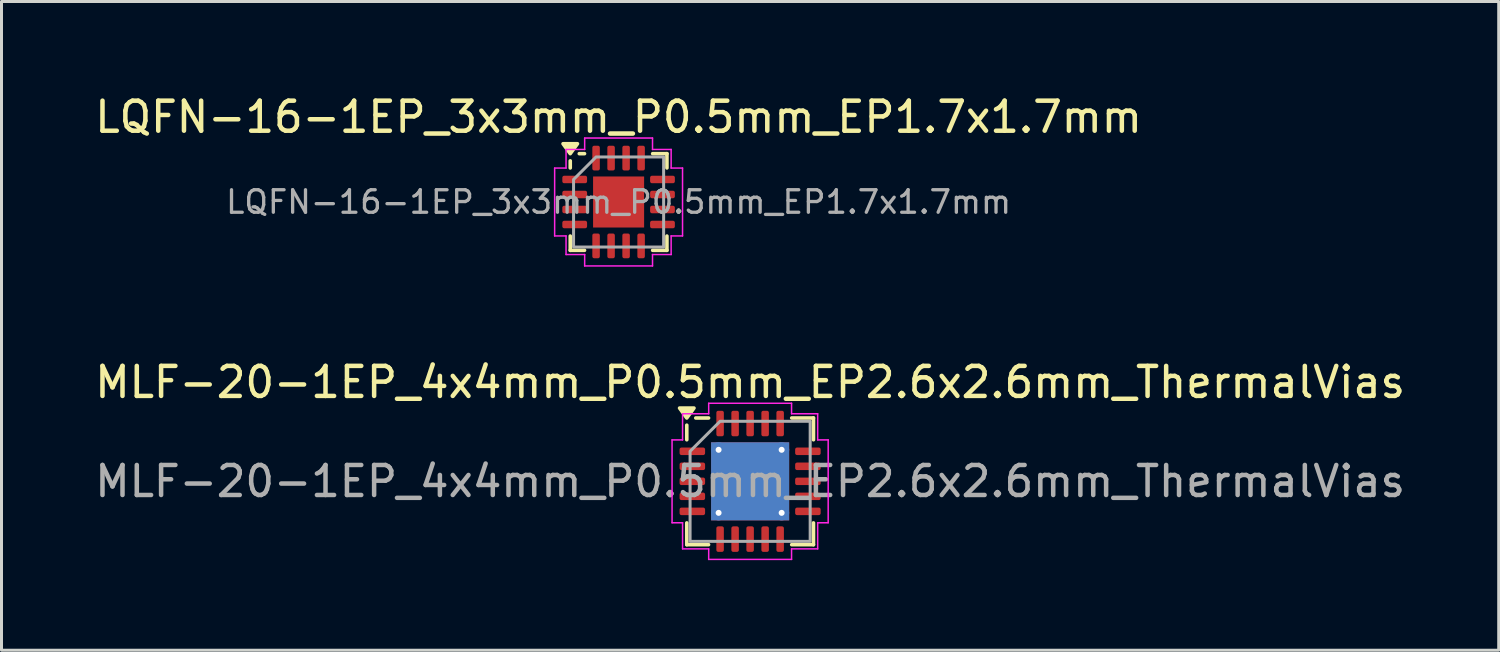
<source format=kicad_pcb>
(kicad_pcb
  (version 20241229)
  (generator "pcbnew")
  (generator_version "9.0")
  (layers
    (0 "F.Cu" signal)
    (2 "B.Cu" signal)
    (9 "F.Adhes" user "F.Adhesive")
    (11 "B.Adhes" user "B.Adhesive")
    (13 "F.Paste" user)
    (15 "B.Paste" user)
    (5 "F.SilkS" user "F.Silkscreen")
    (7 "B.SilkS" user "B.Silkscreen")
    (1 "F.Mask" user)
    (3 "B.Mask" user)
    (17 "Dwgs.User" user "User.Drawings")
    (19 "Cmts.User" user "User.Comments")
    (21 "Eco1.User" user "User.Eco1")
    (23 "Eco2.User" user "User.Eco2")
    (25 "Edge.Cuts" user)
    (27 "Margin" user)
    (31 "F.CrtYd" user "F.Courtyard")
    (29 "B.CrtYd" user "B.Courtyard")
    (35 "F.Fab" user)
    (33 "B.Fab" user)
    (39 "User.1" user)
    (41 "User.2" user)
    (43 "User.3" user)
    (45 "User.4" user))
  (footprint "LQFN-16-1EP_3x3mm_P0.5mm_EP1.7x1.7mm"
    (layer "F.Cu")
    (at 17.554 3.678)
    (property "Reference" "LQFN-16-1EP_3x3mm_P0.5mm_EP1.7x1.7mm" (at 0 -2.83 0) (layer "F.SilkS") (effects (font (size 1 1) (thickness 0.15))))
    (attr smd)
    (fp_line (start -1.61 -1.135) (end -1.61 -1.37) (stroke (width 0.12) (type solid)) (layer "F.SilkS"))
    (fp_line (start -1.61 1.61) (end -1.61 1.135) (stroke (width 0.12) (type solid)) (layer "F.SilkS"))
    (fp_line (start -1.135 -1.61) (end -1.31 -1.61) (stroke (width 0.12) (type solid)) (layer "F.SilkS"))
    (fp_line (start -1.135 1.61) (end -1.61 1.61) (stroke (width 0.12) (type solid)) (layer "F.SilkS"))
    (fp_line (start 1.135 -1.61) (end 1.61 -1.61) (stroke (width 0.12) (type solid)) (layer "F.SilkS"))
    (fp_line (start 1.135 1.61) (end 1.61 1.61) (stroke (width 0.12) (type solid)) (layer "F.SilkS"))
    (fp_line (start 1.61 -1.61) (end 1.61 -1.135) (stroke (width 0.12) (type solid)) (layer "F.SilkS"))
    (fp_line (start 1.61 1.61) (end 1.61 1.135) (stroke (width 0.12) (type solid)) (layer "F.SilkS"))
    (fp_poly (pts (xy -1.61 -1.61) (xy -1.85 -1.94) (xy -1.37 -1.94)) (stroke (width 0.12) (type solid)) (fill yes) (layer "F.SilkS"))
    (fp_line (start -2.13 -1.13) (end -1.75 -1.13) (stroke (width 0.05) (type solid)) (layer "F.CrtYd"))
    (fp_line (start -2.13 1.13) (end -2.13 -1.13) (stroke (width 0.05) (type solid)) (layer "F.CrtYd"))
    (fp_line (start -1.75 -1.75) (end -1.13 -1.75) (stroke (width 0.05) (type solid)) (layer "F.CrtYd"))
    (fp_line (start -1.75 -1.13) (end -1.75 -1.75) (stroke (width 0.05) (type solid)) (layer "F.CrtYd"))
    (fp_line (start -1.75 1.13) (end -2.13 1.13) (stroke (width 0.05) (type solid)) (layer "F.CrtYd"))
    (fp_line (start -1.75 1.75) (end -1.75 1.13) (stroke (width 0.05) (type solid)) (layer "F.CrtYd"))
    (fp_line (start -1.13 -2.13) (end 1.13 -2.13) (stroke (width 0.05) (type solid)) (layer "F.CrtYd"))
    (fp_line (start -1.13 -1.75) (end -1.13 -2.13) (stroke (width 0.05) (type solid)) (layer "F.CrtYd"))
    (fp_line (start -1.13 1.75) (end -1.75 1.75) (stroke (width 0.05) (type solid)) (layer "F.CrtYd"))
    (fp_line (start -1.13 2.13) (end -1.13 1.75) (stroke (width 0.05) (type solid)) (layer "F.CrtYd"))
    (fp_line (start 1.13 -2.13) (end 1.13 -1.75) (stroke (width 0.05) (type solid)) (layer "F.CrtYd"))
    (fp_line (start 1.13 -1.75) (end 1.75 -1.75) (stroke (width 0.05) (type solid)) (layer "F.CrtYd"))
    (fp_line (start 1.13 1.75) (end 1.13 2.13) (stroke (width 0.05) (type solid)) (layer "F.CrtYd"))
    (fp_line (start 1.13 2.13) (end -1.13 2.13) (stroke (width 0.05) (type solid)) (layer "F.CrtYd"))
    (fp_line (start 1.75 -1.75) (end 1.75 -1.13) (stroke (width 0.05) (type solid)) (layer "F.CrtYd"))
    (fp_line (start 1.75 -1.13) (end 2.13 -1.13) (stroke (width 0.05) (type solid)) (layer "F.CrtYd"))
    (fp_line (start 1.75 1.13) (end 1.75 1.75) (stroke (width 0.05) (type solid)) (layer "F.CrtYd"))
    (fp_line (start 1.75 1.75) (end 1.13 1.75) (stroke (width 0.05) (type solid)) (layer "F.CrtYd"))
    (fp_line (start 2.13 -1.13) (end 2.13 1.13) (stroke (width 0.05) (type solid)) (layer "F.CrtYd"))
    (fp_line (start 2.13 1.13) (end 1.75 1.13) (stroke (width 0.05) (type solid)) (layer "F.CrtYd"))
    (fp_poly (pts (xy -1.5 -0.75) (xy -1.5 1.5) (xy 1.5 1.5) (xy 1.5 -1.5) (xy -0.75 -1.5)) (stroke (width 0.1) (type solid)) (fill no) (layer "F.Fab"))
    (fp_text user "${REFERENCE}" (at 0 0 0) (layer "F.Fab") (effects (font (size 0.75 0.75) (thickness 0.11))))
    (pad "" smd roundrect (at 0 0) (size 1.37 1.37) (layers "F.Paste") (roundrect_rratio 0.182))
    (pad "1" smd roundrect (at -1.462 -0.75) (size 0.825 0.25) (layers "F.Cu" "F.Mask" "F.Paste") (roundrect_rratio 0.25))
    (pad "2" smd roundrect (at -1.462 -0.25) (size 0.825 0.25) (layers "F.Cu" "F.Mask" "F.Paste") (roundrect_rratio 0.25))
    (pad "3" smd roundrect (at -1.462 0.25) (size 0.825 0.25) (layers "F.Cu" "F.Mask" "F.Paste") (roundrect_rratio 0.25))
    (pad "4" smd roundrect (at -1.462 0.75) (size 0.825 0.25) (layers "F.Cu" "F.Mask" "F.Paste") (roundrect_rratio 0.25))
    (pad "5" smd roundrect (at -0.75 1.462) (size 0.25 0.825) (layers "F.Cu" "F.Mask" "F.Paste") (roundrect_rratio 0.25))
    (pad "6" smd roundrect (at -0.25 1.462) (size 0.25 0.825) (layers "F.Cu" "F.Mask" "F.Paste") (roundrect_rratio 0.25))
    (pad "7" smd roundrect (at 0.25 1.462) (size 0.25 0.825) (layers "F.Cu" "F.Mask" "F.Paste") (roundrect_rratio 0.25))
    (pad "8" smd roundrect (at 0.75 1.462) (size 0.25 0.825) (layers "F.Cu" "F.Mask" "F.Paste") (roundrect_rratio 0.25))
    (pad "9" smd roundrect (at 1.462 0.75) (size 0.825 0.25) (layers "F.Cu" "F.Mask" "F.Paste") (roundrect_rratio 0.25))
    (pad "10" smd roundrect (at 1.462 0.25) (size 0.825 0.25) (layers "F.Cu" "F.Mask" "F.Paste") (roundrect_rratio 0.25))
    (pad "11" smd roundrect (at 1.462 -0.25) (size 0.825 0.25) (layers "F.Cu" "F.Mask" "F.Paste") (roundrect_rratio 0.25))
    (pad "12" smd roundrect (at 1.462 -0.75) (size 0.825 0.25) (layers "F.Cu" "F.Mask" "F.Paste") (roundrect_rratio 0.25))
    (pad "13" smd roundrect (at 0.75 -1.462) (size 0.25 0.825) (layers "F.Cu" "F.Mask" "F.Paste") (roundrect_rratio 0.25))
    (pad "14" smd roundrect (at 0.25 -1.462) (size 0.25 0.825) (layers "F.Cu" "F.Mask" "F.Paste") (roundrect_rratio 0.25))
    (pad "15" smd roundrect (at -0.25 -1.462) (size 0.25 0.825) (layers "F.Cu" "F.Mask" "F.Paste") (roundrect_rratio 0.25))
    (pad "16" smd roundrect (at -0.75 -1.462) (size 0.25 0.825) (layers "F.Cu" "F.Mask" "F.Paste") (roundrect_rratio 0.25))
    (pad "17" smd rect (at 0 0) (size 1.7 1.7) (property pad_prop_heatsink) (layers "F.Cu" "F.Mask")))
  (footprint "MLF-20-1EP_4x4mm_P0.5mm_EP2.6x2.6mm_ThermalVias"
    (layer "F.Cu")
    (at 21.935 12.982)
    (property "Reference" "MLF-20-1EP_4x4mm_P0.5mm_EP2.6x2.6mm_ThermalVias" (at 0 -3.3 0) (layer "F.SilkS") (effects (font (size 1 1) (thickness 0.15))))
    (attr smd)
    (fp_line (start -2.11 -1.385) (end -2.11 -1.87) (stroke (width 0.12) (type solid)) (layer "F.SilkS"))
    (fp_line (start -2.11 2.11) (end -2.11 1.385) (stroke (width 0.12) (type solid)) (layer "F.SilkS"))
    (fp_line (start -1.385 -2.11) (end -1.81 -2.11) (stroke (width 0.12) (type solid)) (layer "F.SilkS"))
    (fp_line (start -1.385 2.11) (end -2.11 2.11) (stroke (width 0.12) (type solid)) (layer "F.SilkS"))
    (fp_line (start 1.385 -2.11) (end 2.11 -2.11) (stroke (width 0.12) (type solid)) (layer "F.SilkS"))
    (fp_line (start 1.385 2.11) (end 2.11 2.11) (stroke (width 0.12) (type solid)) (layer "F.SilkS"))
    (fp_line (start 2.11 -2.11) (end 2.11 -1.385) (stroke (width 0.12) (type solid)) (layer "F.SilkS"))
    (fp_line (start 2.11 2.11) (end 2.11 1.385) (stroke (width 0.12) (type solid)) (layer "F.SilkS"))
    (fp_poly (pts (xy -2.11 -2.11) (xy -2.35 -2.44) (xy -1.87 -2.44)) (stroke (width 0.12) (type solid)) (fill yes) (layer "F.SilkS"))
    (fp_line (start -2.6 -1.38) (end -2.25 -1.38) (stroke (width 0.05) (type solid)) (layer "F.CrtYd"))
    (fp_line (start -2.6 1.38) (end -2.6 -1.38) (stroke (width 0.05) (type solid)) (layer "F.CrtYd"))
    (fp_line (start -2.25 -2.25) (end -1.38 -2.25) (stroke (width 0.05) (type solid)) (layer "F.CrtYd"))
    (fp_line (start -2.25 -1.38) (end -2.25 -2.25) (stroke (width 0.05) (type solid)) (layer "F.CrtYd"))
    (fp_line (start -2.25 1.38) (end -2.6 1.38) (stroke (width 0.05) (type solid)) (layer "F.CrtYd"))
    (fp_line (start -2.25 2.25) (end -2.25 1.38) (stroke (width 0.05) (type solid)) (layer "F.CrtYd"))
    (fp_line (start -1.38 -2.6) (end 1.38 -2.6) (stroke (width 0.05) (type solid)) (layer "F.CrtYd"))
    (fp_line (start -1.38 -2.25) (end -1.38 -2.6) (stroke (width 0.05) (type solid)) (layer "F.CrtYd"))
    (fp_line (start -1.38 2.25) (end -2.25 2.25) (stroke (width 0.05) (type solid)) (layer "F.CrtYd"))
    (fp_line (start -1.38 2.6) (end -1.38 2.25) (stroke (width 0.05) (type solid)) (layer "F.CrtYd"))
    (fp_line (start 1.38 -2.6) (end 1.38 -2.25) (stroke (width 0.05) (type solid)) (layer "F.CrtYd"))
    (fp_line (start 1.38 -2.25) (end 2.25 -2.25) (stroke (width 0.05) (type solid)) (layer "F.CrtYd"))
    (fp_line (start 1.38 2.25) (end 1.38 2.6) (stroke (width 0.05) (type solid)) (layer "F.CrtYd"))
    (fp_line (start 1.38 2.6) (end -1.38 2.6) (stroke (width 0.05) (type solid)) (layer "F.CrtYd"))
    (fp_line (start 2.25 -2.25) (end 2.25 -1.38) (stroke (width 0.05) (type solid)) (layer "F.CrtYd"))
    (fp_line (start 2.25 -1.38) (end 2.6 -1.38) (stroke (width 0.05) (type solid)) (layer "F.CrtYd"))
    (fp_line (start 2.25 1.38) (end 2.25 2.25) (stroke (width 0.05) (type solid)) (layer "F.CrtYd"))
    (fp_line (start 2.25 2.25) (end 1.38 2.25) (stroke (width 0.05) (type solid)) (layer "F.CrtYd"))
    (fp_line (start 2.6 -1.38) (end 2.6 1.38) (stroke (width 0.05) (type solid)) (layer "F.CrtYd"))
    (fp_line (start 2.6 1.38) (end 2.25 1.38) (stroke (width 0.05) (type solid)) (layer "F.CrtYd"))
    (fp_poly (pts (xy -2 -1) (xy -2 2) (xy 2 2) (xy 2 -2) (xy -1 -2)) (stroke (width 0.1) (type solid)) (fill no) (layer "F.Fab"))
    (fp_text user "${REFERENCE}" (at 0 0 0) (layer "F.Fab") (effects (font (size 1 1) (thickness 0.15))))
    (pad "" smd roundrect (at -0.65 -0.65) (size 1.13 1.13) (layers "F.Paste") (roundrect_rratio 0.221))
    (pad "" smd roundrect (at -0.65 0.65) (size 1.13 1.13) (layers "F.Paste") (roundrect_rratio 0.221))
    (pad "" smd roundrect (at 0.65 -0.65) (size 1.13 1.13) (layers "F.Paste") (roundrect_rratio 0.221))
    (pad "" smd roundrect (at 0.65 0.65) (size 1.13 1.13) (layers "F.Paste") (roundrect_rratio 0.221))
    (pad "1" smd roundrect (at -1.925 -1) (size 0.85 0.25) (layers "F.Cu" "F.Mask" "F.Paste") (roundrect_rratio 0.25))
    (pad "2" smd roundrect (at -1.925 -0.5) (size 0.85 0.25) (layers "F.Cu" "F.Mask" "F.Paste") (roundrect_rratio 0.25))
    (pad "3" smd roundrect (at -1.925 0) (size 0.85 0.25) (layers "F.Cu" "F.Mask" "F.Paste") (roundrect_rratio 0.25))
    (pad "4" smd roundrect (at -1.925 0.5) (size 0.85 0.25) (layers "F.Cu" "F.Mask" "F.Paste") (roundrect_rratio 0.25))
    (pad "5" smd roundrect (at -1.925 1) (size 0.85 0.25) (layers "F.Cu" "F.Mask" "F.Paste") (roundrect_rratio 0.25))
    (pad "6" smd roundrect (at -1 1.925) (size 0.25 0.85) (layers "F.Cu" "F.Mask" "F.Paste") (roundrect_rratio 0.25))
    (pad "7" smd roundrect (at -0.5 1.925) (size 0.25 0.85) (layers "F.Cu" "F.Mask" "F.Paste") (roundrect_rratio 0.25))
    (pad "8" smd roundrect (at 0 1.925) (size 0.25 0.85) (layers "F.Cu" "F.Mask" "F.Paste") (roundrect_rratio 0.25))
    (pad "9" smd roundrect (at 0.5 1.925) (size 0.25 0.85) (layers "F.Cu" "F.Mask" "F.Paste") (roundrect_rratio 0.25))
    (pad "10" smd roundrect (at 1 1.925) (size 0.25 0.85) (layers "F.Cu" "F.Mask" "F.Paste") (roundrect_rratio 0.25))
    (pad "11" smd roundrect (at 1.925 1) (size 0.85 0.25) (layers "F.Cu" "F.Mask" "F.Paste") (roundrect_rratio 0.25))
    (pad "12" smd roundrect (at 1.925 0.5) (size 0.85 0.25) (layers "F.Cu" "F.Mask" "F.Paste") (roundrect_rratio 0.25))
    (pad "13" smd roundrect (at 1.925 0) (size 0.85 0.25) (layers "F.Cu" "F.Mask" "F.Paste") (roundrect_rratio 0.25))
    (pad "14" smd roundrect (at 1.925 -0.5) (size 0.85 0.25) (layers "F.Cu" "F.Mask" "F.Paste") (roundrect_rratio 0.25))
    (pad "15" smd roundrect (at 1.925 -1) (size 0.85 0.25) (layers "F.Cu" "F.Mask" "F.Paste") (roundrect_rratio 0.25))
    (pad "16" smd roundrect (at 1 -1.925) (size 0.25 0.85) (layers "F.Cu" "F.Mask" "F.Paste") (roundrect_rratio 0.25))
    (pad "17" smd roundrect (at 0.5 -1.925) (size 0.25 0.85) (layers "F.Cu" "F.Mask" "F.Paste") (roundrect_rratio 0.25))
    (pad "18" smd roundrect (at 0 -1.925) (size 0.25 0.85) (layers "F.Cu" "F.Mask" "F.Paste") (roundrect_rratio 0.25))
    (pad "19" smd roundrect (at -0.5 -1.925) (size 0.25 0.85) (layers "F.Cu" "F.Mask" "F.Paste") (roundrect_rratio 0.25))
    (pad "20" smd roundrect (at -1 -1.925) (size 0.25 0.85) (layers "F.Cu" "F.Mask" "F.Paste") (roundrect_rratio 0.25))
    (pad "21" thru_hole circle (at -1.05 -1.05) (size 0.5 0.5) (drill 0.2) (property pad_prop_heatsink) (layers "*.Cu"))
    (pad "21" thru_hole circle (at -1.05 1.05) (size 0.5 0.5) (drill 0.2) (property pad_prop_heatsink) (layers "*.Cu"))
    (pad "21" smd rect (at 0 0) (size 2.6 2.6) (property pad_prop_heatsink) (layers "F.Cu" "F.Mask"))
    (pad "21" smd rect (at 0 0) (size 2.6 2.6) (property pad_prop_heatsink) (layers "B.Cu"))
    (pad "21" thru_hole circle (at 1.05 -1.05) (size 0.5 0.5) (drill 0.2) (property pad_prop_heatsink) (layers "*.Cu"))
    (pad "21" thru_hole circle (at 1.05 1.05) (size 0.5 0.5) (drill 0.2) (property pad_prop_heatsink) (layers "*.Cu")))
  (gr_rect
    (start -3 -3)
    (end 46.869 18.607)
    (stroke (width 0.1) (type default))
    (fill no)
    (layer "Edge.Cuts")))
</source>
